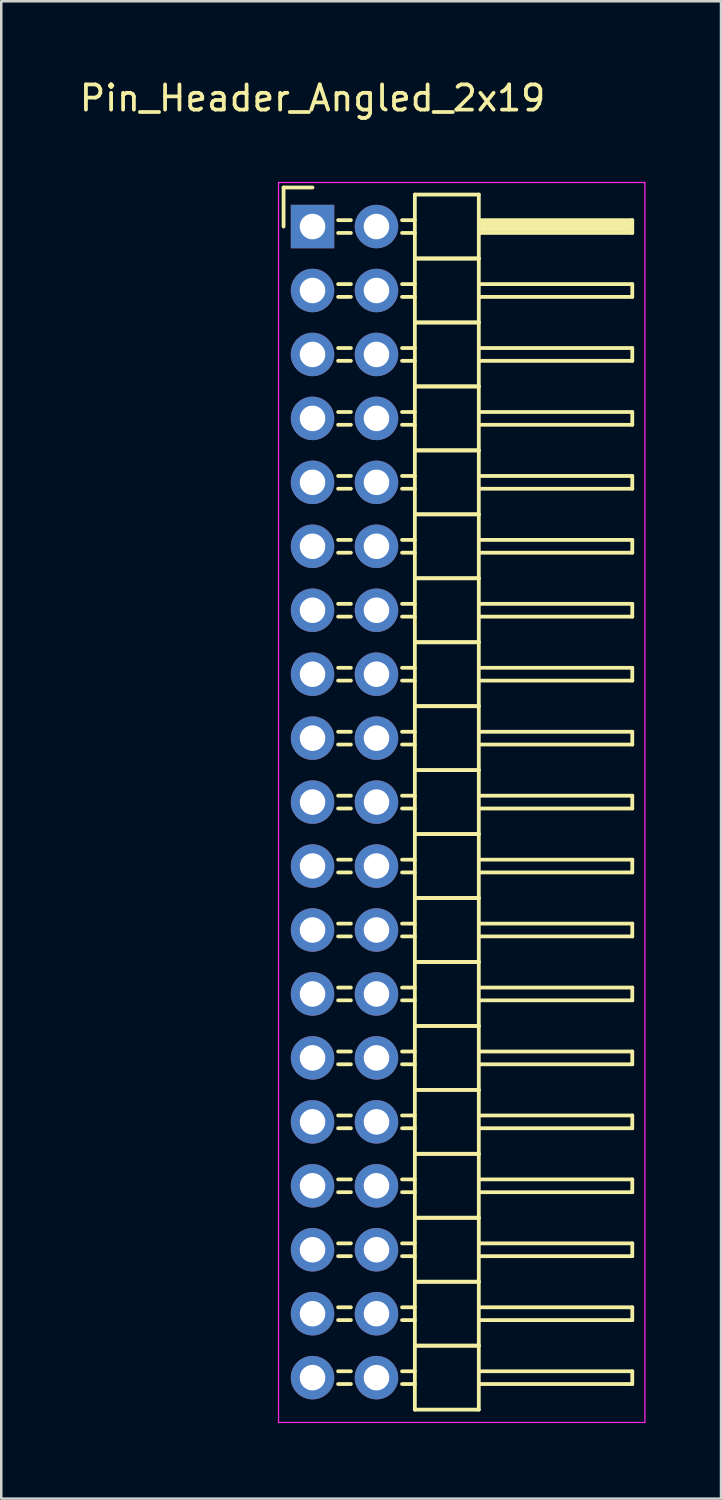
<source format=kicad_pcb>
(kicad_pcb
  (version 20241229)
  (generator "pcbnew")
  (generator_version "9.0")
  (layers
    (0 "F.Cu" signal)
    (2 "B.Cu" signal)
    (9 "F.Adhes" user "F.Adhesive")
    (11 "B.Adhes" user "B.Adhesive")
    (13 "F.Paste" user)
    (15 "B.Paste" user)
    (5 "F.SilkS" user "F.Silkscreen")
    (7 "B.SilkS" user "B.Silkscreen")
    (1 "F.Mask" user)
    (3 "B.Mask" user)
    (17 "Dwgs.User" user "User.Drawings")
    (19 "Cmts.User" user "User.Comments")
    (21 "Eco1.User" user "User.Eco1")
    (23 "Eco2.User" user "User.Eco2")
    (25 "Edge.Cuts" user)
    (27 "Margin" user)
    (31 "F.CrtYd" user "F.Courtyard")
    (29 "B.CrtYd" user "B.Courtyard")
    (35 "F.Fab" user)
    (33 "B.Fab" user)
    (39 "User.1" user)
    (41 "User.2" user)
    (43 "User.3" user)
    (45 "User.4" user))
  (footprint "Pin_Header_Angled_2x19"
    (layer "F.Cu")
    (at 9.363 5.948)
    (property "Reference" "Pin_Header_Angled_2x19" (at 0 -5.1 0) (layer "F.SilkS") (effects (font (size 1 1) (thickness 0.15))))
    (attr through_hole)
    (fp_line (start -1.15 -1.55) (end -1.15 0) (stroke (width 0.15) (type solid)) (layer "F.SilkS"))
    (fp_line (start 0 -1.55) (end -1.15 -1.55) (stroke (width 0.15) (type solid)) (layer "F.SilkS"))
    (fp_line (start 1.524 -0.254) (end 1.016 -0.254) (stroke (width 0.15) (type solid)) (layer "F.SilkS"))
    (fp_line (start 1.524 0.254) (end 1.016 0.254) (stroke (width 0.15) (type solid)) (layer "F.SilkS"))
    (fp_line (start 1.524 2.286) (end 1.016 2.286) (stroke (width 0.15) (type solid)) (layer "F.SilkS"))
    (fp_line (start 1.524 2.794) (end 1.016 2.794) (stroke (width 0.15) (type solid)) (layer "F.SilkS"))
    (fp_line (start 1.524 4.826) (end 1.016 4.826) (stroke (width 0.15) (type solid)) (layer "F.SilkS"))
    (fp_line (start 1.524 5.334) (end 1.016 5.334) (stroke (width 0.15) (type solid)) (layer "F.SilkS"))
    (fp_line (start 1.524 7.366) (end 1.016 7.366) (stroke (width 0.15) (type solid)) (layer "F.SilkS"))
    (fp_line (start 1.524 7.874) (end 1.016 7.874) (stroke (width 0.15) (type solid)) (layer "F.SilkS"))
    (fp_line (start 1.524 9.906) (end 1.016 9.906) (stroke (width 0.15) (type solid)) (layer "F.SilkS"))
    (fp_line (start 1.524 10.414) (end 1.016 10.414) (stroke (width 0.15) (type solid)) (layer "F.SilkS"))
    (fp_line (start 1.524 12.446) (end 1.016 12.446) (stroke (width 0.15) (type solid)) (layer "F.SilkS"))
    (fp_line (start 1.524 12.954) (end 1.016 12.954) (stroke (width 0.15) (type solid)) (layer "F.SilkS"))
    (fp_line (start 1.524 14.986) (end 1.016 14.986) (stroke (width 0.15) (type solid)) (layer "F.SilkS"))
    (fp_line (start 1.524 15.494) (end 1.016 15.494) (stroke (width 0.15) (type solid)) (layer "F.SilkS"))
    (fp_line (start 1.524 17.526) (end 1.016 17.526) (stroke (width 0.15) (type solid)) (layer "F.SilkS"))
    (fp_line (start 1.524 18.034) (end 1.016 18.034) (stroke (width 0.15) (type solid)) (layer "F.SilkS"))
    (fp_line (start 1.524 20.066) (end 1.016 20.066) (stroke (width 0.15) (type solid)) (layer "F.SilkS"))
    (fp_line (start 1.524 20.574) (end 1.016 20.574) (stroke (width 0.15) (type solid)) (layer "F.SilkS"))
    (fp_line (start 1.524 22.606) (end 1.016 22.606) (stroke (width 0.15) (type solid)) (layer "F.SilkS"))
    (fp_line (start 1.524 23.114) (end 1.016 23.114) (stroke (width 0.15) (type solid)) (layer "F.SilkS"))
    (fp_line (start 1.524 25.146) (end 1.016 25.146) (stroke (width 0.15) (type solid)) (layer "F.SilkS"))
    (fp_line (start 1.524 25.654) (end 1.016 25.654) (stroke (width 0.15) (type solid)) (layer "F.SilkS"))
    (fp_line (start 1.524 27.686) (end 1.016 27.686) (stroke (width 0.15) (type solid)) (layer "F.SilkS"))
    (fp_line (start 1.524 28.194) (end 1.016 28.194) (stroke (width 0.15) (type solid)) (layer "F.SilkS"))
    (fp_line (start 1.524 30.226) (end 1.016 30.226) (stroke (width 0.15) (type solid)) (layer "F.SilkS"))
    (fp_line (start 1.524 30.734) (end 1.016 30.734) (stroke (width 0.15) (type solid)) (layer "F.SilkS"))
    (fp_line (start 1.524 32.766) (end 1.016 32.766) (stroke (width 0.15) (type solid)) (layer "F.SilkS"))
    (fp_line (start 1.524 33.274) (end 1.016 33.274) (stroke (width 0.15) (type solid)) (layer "F.SilkS"))
    (fp_line (start 1.524 35.306) (end 1.016 35.306) (stroke (width 0.15) (type solid)) (layer "F.SilkS"))
    (fp_line (start 1.524 35.814) (end 1.016 35.814) (stroke (width 0.15) (type solid)) (layer "F.SilkS"))
    (fp_line (start 1.524 37.846) (end 1.016 37.846) (stroke (width 0.15) (type solid)) (layer "F.SilkS"))
    (fp_line (start 1.524 38.354) (end 1.016 38.354) (stroke (width 0.15) (type solid)) (layer "F.SilkS"))
    (fp_line (start 1.524 40.386) (end 1.016 40.386) (stroke (width 0.15) (type solid)) (layer "F.SilkS"))
    (fp_line (start 1.524 40.894) (end 1.016 40.894) (stroke (width 0.15) (type solid)) (layer "F.SilkS"))
    (fp_line (start 1.524 42.926) (end 1.016 42.926) (stroke (width 0.15) (type solid)) (layer "F.SilkS"))
    (fp_line (start 1.524 43.434) (end 1.016 43.434) (stroke (width 0.15) (type solid)) (layer "F.SilkS"))
    (fp_line (start 1.524 45.466) (end 1.016 45.466) (stroke (width 0.15) (type solid)) (layer "F.SilkS"))
    (fp_line (start 1.524 45.974) (end 1.016 45.974) (stroke (width 0.15) (type solid)) (layer "F.SilkS"))
    (fp_line (start 4.064 -1.27) (end 4.064 1.27) (stroke (width 0.15) (type solid)) (layer "F.SilkS"))
    (fp_line (start 4.064 -1.27) (end 6.604 -1.27) (stroke (width 0.15) (type solid)) (layer "F.SilkS"))
    (fp_line (start 4.064 -0.254) (end 3.556 -0.254) (stroke (width 0.15) (type solid)) (layer "F.SilkS"))
    (fp_line (start 4.064 0.254) (end 3.556 0.254) (stroke (width 0.15) (type solid)) (layer "F.SilkS"))
    (fp_line (start 4.064 1.27) (end 4.064 3.81) (stroke (width 0.15) (type solid)) (layer "F.SilkS"))
    (fp_line (start 4.064 1.27) (end 6.604 1.27) (stroke (width 0.15) (type solid)) (layer "F.SilkS"))
    (fp_line (start 4.064 1.27) (end 6.604 1.27) (stroke (width 0.15) (type solid)) (layer "F.SilkS"))
    (fp_line (start 4.064 2.286) (end 3.556 2.286) (stroke (width 0.15) (type solid)) (layer "F.SilkS"))
    (fp_line (start 4.064 2.794) (end 3.556 2.794) (stroke (width 0.15) (type solid)) (layer "F.SilkS"))
    (fp_line (start 4.064 3.81) (end 4.064 6.35) (stroke (width 0.15) (type solid)) (layer "F.SilkS"))
    (fp_line (start 4.064 3.81) (end 6.604 3.81) (stroke (width 0.15) (type solid)) (layer "F.SilkS"))
    (fp_line (start 4.064 3.81) (end 6.604 3.81) (stroke (width 0.15) (type solid)) (layer "F.SilkS"))
    (fp_line (start 4.064 4.826) (end 3.556 4.826) (stroke (width 0.15) (type solid)) (layer "F.SilkS"))
    (fp_line (start 4.064 5.334) (end 3.556 5.334) (stroke (width 0.15) (type solid)) (layer "F.SilkS"))
    (fp_line (start 4.064 6.35) (end 4.064 8.89) (stroke (width 0.15) (type solid)) (layer "F.SilkS"))
    (fp_line (start 4.064 6.35) (end 6.604 6.35) (stroke (width 0.15) (type solid)) (layer "F.SilkS"))
    (fp_line (start 4.064 6.35) (end 6.604 6.35) (stroke (width 0.15) (type solid)) (layer "F.SilkS"))
    (fp_line (start 4.064 7.366) (end 3.556 7.366) (stroke (width 0.15) (type solid)) (layer "F.SilkS"))
    (fp_line (start 4.064 7.874) (end 3.556 7.874) (stroke (width 0.15) (type solid)) (layer "F.SilkS"))
    (fp_line (start 4.064 8.89) (end 4.064 11.43) (stroke (width 0.15) (type solid)) (layer "F.SilkS"))
    (fp_line (start 4.064 8.89) (end 6.604 8.89) (stroke (width 0.15) (type solid)) (layer "F.SilkS"))
    (fp_line (start 4.064 8.89) (end 6.604 8.89) (stroke (width 0.15) (type solid)) (layer "F.SilkS"))
    (fp_line (start 4.064 9.906) (end 3.556 9.906) (stroke (width 0.15) (type solid)) (layer "F.SilkS"))
    (fp_line (start 4.064 10.414) (end 3.556 10.414) (stroke (width 0.15) (type solid)) (layer "F.SilkS"))
    (fp_line (start 4.064 11.43) (end 4.064 13.97) (stroke (width 0.15) (type solid)) (layer "F.SilkS"))
    (fp_line (start 4.064 11.43) (end 6.604 11.43) (stroke (width 0.15) (type solid)) (layer "F.SilkS"))
    (fp_line (start 4.064 11.43) (end 6.604 11.43) (stroke (width 0.15) (type solid)) (layer "F.SilkS"))
    (fp_line (start 4.064 12.446) (end 3.556 12.446) (stroke (width 0.15) (type solid)) (layer "F.SilkS"))
    (fp_line (start 4.064 12.954) (end 3.556 12.954) (stroke (width 0.15) (type solid)) (layer "F.SilkS"))
    (fp_line (start 4.064 13.97) (end 4.064 16.51) (stroke (width 0.15) (type solid)) (layer "F.SilkS"))
    (fp_line (start 4.064 13.97) (end 6.604 13.97) (stroke (width 0.15) (type solid)) (layer "F.SilkS"))
    (fp_line (start 4.064 13.97) (end 6.604 13.97) (stroke (width 0.15) (type solid)) (layer "F.SilkS"))
    (fp_line (start 4.064 14.986) (end 3.556 14.986) (stroke (width 0.15) (type solid)) (layer "F.SilkS"))
    (fp_line (start 4.064 15.494) (end 3.556 15.494) (stroke (width 0.15) (type solid)) (layer "F.SilkS"))
    (fp_line (start 4.064 16.51) (end 4.064 19.05) (stroke (width 0.15) (type solid)) (layer "F.SilkS"))
    (fp_line (start 4.064 16.51) (end 6.604 16.51) (stroke (width 0.15) (type solid)) (layer "F.SilkS"))
    (fp_line (start 4.064 16.51) (end 6.604 16.51) (stroke (width 0.15) (type solid)) (layer "F.SilkS"))
    (fp_line (start 4.064 17.526) (end 3.556 17.526) (stroke (width 0.15) (type solid)) (layer "F.SilkS"))
    (fp_line (start 4.064 18.034) (end 3.556 18.034) (stroke (width 0.15) (type solid)) (layer "F.SilkS"))
    (fp_line (start 4.064 19.05) (end 4.064 21.59) (stroke (width 0.15) (type solid)) (layer "F.SilkS"))
    (fp_line (start 4.064 19.05) (end 6.604 19.05) (stroke (width 0.15) (type solid)) (layer "F.SilkS"))
    (fp_line (start 4.064 19.05) (end 6.604 19.05) (stroke (width 0.15) (type solid)) (layer "F.SilkS"))
    (fp_line (start 4.064 20.066) (end 3.556 20.066) (stroke (width 0.15) (type solid)) (layer "F.SilkS"))
    (fp_line (start 4.064 20.574) (end 3.556 20.574) (stroke (width 0.15) (type solid)) (layer "F.SilkS"))
    (fp_line (start 4.064 21.59) (end 4.064 24.13) (stroke (width 0.15) (type solid)) (layer "F.SilkS"))
    (fp_line (start 4.064 21.59) (end 6.604 21.59) (stroke (width 0.15) (type solid)) (layer "F.SilkS"))
    (fp_line (start 4.064 21.59) (end 6.604 21.59) (stroke (width 0.15) (type solid)) (layer "F.SilkS"))
    (fp_line (start 4.064 22.606) (end 3.556 22.606) (stroke (width 0.15) (type solid)) (layer "F.SilkS"))
    (fp_line (start 4.064 23.114) (end 3.556 23.114) (stroke (width 0.15) (type solid)) (layer "F.SilkS"))
    (fp_line (start 4.064 24.13) (end 4.064 26.67) (stroke (width 0.15) (type solid)) (layer "F.SilkS"))
    (fp_line (start 4.064 24.13) (end 6.604 24.13) (stroke (width 0.15) (type solid)) (layer "F.SilkS"))
    (fp_line (start 4.064 24.13) (end 6.604 24.13) (stroke (width 0.15) (type solid)) (layer "F.SilkS"))
    (fp_line (start 4.064 25.146) (end 3.556 25.146) (stroke (width 0.15) (type solid)) (layer "F.SilkS"))
    (fp_line (start 4.064 25.654) (end 3.556 25.654) (stroke (width 0.15) (type solid)) (layer "F.SilkS"))
    (fp_line (start 4.064 26.67) (end 4.064 29.21) (stroke (width 0.15) (type solid)) (layer "F.SilkS"))
    (fp_line (start 4.064 26.67) (end 6.604 26.67) (stroke (width 0.15) (type solid)) (layer "F.SilkS"))
    (fp_line (start 4.064 26.67) (end 6.604 26.67) (stroke (width 0.15) (type solid)) (layer "F.SilkS"))
    (fp_line (start 4.064 27.686) (end 3.556 27.686) (stroke (width 0.15) (type solid)) (layer "F.SilkS"))
    (fp_line (start 4.064 28.194) (end 3.556 28.194) (stroke (width 0.15) (type solid)) (layer "F.SilkS"))
    (fp_line (start 4.064 29.21) (end 4.064 31.75) (stroke (width 0.15) (type solid)) (layer "F.SilkS"))
    (fp_line (start 4.064 29.21) (end 6.604 29.21) (stroke (width 0.15) (type solid)) (layer "F.SilkS"))
    (fp_line (start 4.064 29.21) (end 6.604 29.21) (stroke (width 0.15) (type solid)) (layer "F.SilkS"))
    (fp_line (start 4.064 30.226) (end 3.556 30.226) (stroke (width 0.15) (type solid)) (layer "F.SilkS"))
    (fp_line (start 4.064 30.734) (end 3.556 30.734) (stroke (width 0.15) (type solid)) (layer "F.SilkS"))
    (fp_line (start 4.064 31.75) (end 4.064 34.29) (stroke (width 0.15) (type solid)) (layer "F.SilkS"))
    (fp_line (start 4.064 31.75) (end 6.604 31.75) (stroke (width 0.15) (type solid)) (layer "F.SilkS"))
    (fp_line (start 4.064 31.75) (end 6.604 31.75) (stroke (width 0.15) (type solid)) (layer "F.SilkS"))
    (fp_line (start 4.064 32.766) (end 3.556 32.766) (stroke (width 0.15) (type solid)) (layer "F.SilkS"))
    (fp_line (start 4.064 33.274) (end 3.556 33.274) (stroke (width 0.15) (type solid)) (layer "F.SilkS"))
    (fp_line (start 4.064 34.29) (end 4.064 36.83) (stroke (width 0.15) (type solid)) (layer "F.SilkS"))
    (fp_line (start 4.064 34.29) (end 6.604 34.29) (stroke (width 0.15) (type solid)) (layer "F.SilkS"))
    (fp_line (start 4.064 34.29) (end 6.604 34.29) (stroke (width 0.15) (type solid)) (layer "F.SilkS"))
    (fp_line (start 4.064 35.306) (end 3.556 35.306) (stroke (width 0.15) (type solid)) (layer "F.SilkS"))
    (fp_line (start 4.064 35.814) (end 3.556 35.814) (stroke (width 0.15) (type solid)) (layer "F.SilkS"))
    (fp_line (start 4.064 36.83) (end 4.064 39.37) (stroke (width 0.15) (type solid)) (layer "F.SilkS"))
    (fp_line (start 4.064 36.83) (end 6.604 36.83) (stroke (width 0.15) (type solid)) (layer "F.SilkS"))
    (fp_line (start 4.064 36.83) (end 6.604 36.83) (stroke (width 0.15) (type solid)) (layer "F.SilkS"))
    (fp_line (start 4.064 37.846) (end 3.556 37.846) (stroke (width 0.15) (type solid)) (layer "F.SilkS"))
    (fp_line (start 4.064 38.354) (end 3.556 38.354) (stroke (width 0.15) (type solid)) (layer "F.SilkS"))
    (fp_line (start 4.064 39.37) (end 4.064 41.91) (stroke (width 0.15) (type solid)) (layer "F.SilkS"))
    (fp_line (start 4.064 39.37) (end 6.604 39.37) (stroke (width 0.15) (type solid)) (layer "F.SilkS"))
    (fp_line (start 4.064 39.37) (end 6.604 39.37) (stroke (width 0.15) (type solid)) (layer "F.SilkS"))
    (fp_line (start 4.064 40.386) (end 3.556 40.386) (stroke (width 0.15) (type solid)) (layer "F.SilkS"))
    (fp_line (start 4.064 40.894) (end 3.556 40.894) (stroke (width 0.15) (type solid)) (layer "F.SilkS"))
    (fp_line (start 4.064 41.91) (end 4.064 44.45) (stroke (width 0.15) (type solid)) (layer "F.SilkS"))
    (fp_line (start 4.064 41.91) (end 6.604 41.91) (stroke (width 0.15) (type solid)) (layer "F.SilkS"))
    (fp_line (start 4.064 41.91) (end 6.604 41.91) (stroke (width 0.15) (type solid)) (layer "F.SilkS"))
    (fp_line (start 4.064 42.926) (end 3.556 42.926) (stroke (width 0.15) (type solid)) (layer "F.SilkS"))
    (fp_line (start 4.064 43.434) (end 3.556 43.434) (stroke (width 0.15) (type solid)) (layer "F.SilkS"))
    (fp_line (start 4.064 44.45) (end 4.064 46.99) (stroke (width 0.15) (type solid)) (layer "F.SilkS"))
    (fp_line (start 4.064 44.45) (end 6.604 44.45) (stroke (width 0.15) (type solid)) (layer "F.SilkS"))
    (fp_line (start 4.064 44.45) (end 6.604 44.45) (stroke (width 0.15) (type solid)) (layer "F.SilkS"))
    (fp_line (start 4.064 45.466) (end 3.556 45.466) (stroke (width 0.15) (type solid)) (layer "F.SilkS"))
    (fp_line (start 4.064 45.974) (end 3.556 45.974) (stroke (width 0.15) (type solid)) (layer "F.SilkS"))
    (fp_line (start 4.064 46.99) (end 6.604 46.99) (stroke (width 0.15) (type solid)) (layer "F.SilkS"))
    (fp_line (start 6.604 -0.254) (end 12.7 -0.254) (stroke (width 0.15) (type solid)) (layer "F.SilkS"))
    (fp_line (start 6.604 -0.127) (end 12.573 -0.127) (stroke (width 0.15) (type solid)) (layer "F.SilkS"))
    (fp_line (start 6.604 1.27) (end 6.604 -1.27) (stroke (width 0.15) (type solid)) (layer "F.SilkS"))
    (fp_line (start 6.604 2.286) (end 12.7 2.286) (stroke (width 0.15) (type solid)) (layer "F.SilkS"))
    (fp_line (start 6.604 3.81) (end 6.604 1.27) (stroke (width 0.15) (type solid)) (layer "F.SilkS"))
    (fp_line (start 6.604 4.826) (end 12.7 4.826) (stroke (width 0.15) (type solid)) (layer "F.SilkS"))
    (fp_line (start 6.604 6.35) (end 6.604 3.81) (stroke (width 0.15) (type solid)) (layer "F.SilkS"))
    (fp_line (start 6.604 7.366) (end 12.7 7.366) (stroke (width 0.15) (type solid)) (layer "F.SilkS"))
    (fp_line (start 6.604 8.89) (end 6.604 6.35) (stroke (width 0.15) (type solid)) (layer "F.SilkS"))
    (fp_line (start 6.604 9.906) (end 12.7 9.906) (stroke (width 0.15) (type solid)) (layer "F.SilkS"))
    (fp_line (start 6.604 11.43) (end 6.604 8.89) (stroke (width 0.15) (type solid)) (layer "F.SilkS"))
    (fp_line (start 6.604 12.446) (end 12.7 12.446) (stroke (width 0.15) (type solid)) (layer "F.SilkS"))
    (fp_line (start 6.604 13.97) (end 6.604 11.43) (stroke (width 0.15) (type solid)) (layer "F.SilkS"))
    (fp_line (start 6.604 14.986) (end 12.7 14.986) (stroke (width 0.15) (type solid)) (layer "F.SilkS"))
    (fp_line (start 6.604 16.51) (end 6.604 13.97) (stroke (width 0.15) (type solid)) (layer "F.SilkS"))
    (fp_line (start 6.604 17.526) (end 12.7 17.526) (stroke (width 0.15) (type solid)) (layer "F.SilkS"))
    (fp_line (start 6.604 19.05) (end 6.604 16.51) (stroke (width 0.15) (type solid)) (layer "F.SilkS"))
    (fp_line (start 6.604 20.066) (end 12.7 20.066) (stroke (width 0.15) (type solid)) (layer "F.SilkS"))
    (fp_line (start 6.604 21.59) (end 6.604 19.05) (stroke (width 0.15) (type solid)) (layer "F.SilkS"))
    (fp_line (start 6.604 22.606) (end 12.7 22.606) (stroke (width 0.15) (type solid)) (layer "F.SilkS"))
    (fp_line (start 6.604 24.13) (end 6.604 21.59) (stroke (width 0.15) (type solid)) (layer "F.SilkS"))
    (fp_line (start 6.604 25.146) (end 12.7 25.146) (stroke (width 0.15) (type solid)) (layer "F.SilkS"))
    (fp_line (start 6.604 26.67) (end 6.604 24.13) (stroke (width 0.15) (type solid)) (layer "F.SilkS"))
    (fp_line (start 6.604 27.686) (end 12.7 27.686) (stroke (width 0.15) (type solid)) (layer "F.SilkS"))
    (fp_line (start 6.604 29.21) (end 6.604 26.67) (stroke (width 0.15) (type solid)) (layer "F.SilkS"))
    (fp_line (start 6.604 30.226) (end 12.7 30.226) (stroke (width 0.15) (type solid)) (layer "F.SilkS"))
    (fp_line (start 6.604 31.75) (end 6.604 29.21) (stroke (width 0.15) (type solid)) (layer "F.SilkS"))
    (fp_line (start 6.604 32.766) (end 12.7 32.766) (stroke (width 0.15) (type solid)) (layer "F.SilkS"))
    (fp_line (start 6.604 34.29) (end 6.604 31.75) (stroke (width 0.15) (type solid)) (layer "F.SilkS"))
    (fp_line (start 6.604 35.306) (end 12.7 35.306) (stroke (width 0.15) (type solid)) (layer "F.SilkS"))
    (fp_line (start 6.604 36.83) (end 6.604 34.29) (stroke (width 0.15) (type solid)) (layer "F.SilkS"))
    (fp_line (start 6.604 37.846) (end 12.7 37.846) (stroke (width 0.15) (type solid)) (layer "F.SilkS"))
    (fp_line (start 6.604 39.37) (end 6.604 36.83) (stroke (width 0.15) (type solid)) (layer "F.SilkS"))
    (fp_line (start 6.604 40.386) (end 12.7 40.386) (stroke (width 0.15) (type solid)) (layer "F.SilkS"))
    (fp_line (start 6.604 41.91) (end 6.604 39.37) (stroke (width 0.15) (type solid)) (layer "F.SilkS"))
    (fp_line (start 6.604 42.926) (end 12.7 42.926) (stroke (width 0.15) (type solid)) (layer "F.SilkS"))
    (fp_line (start 6.604 44.45) (end 6.604 41.91) (stroke (width 0.15) (type solid)) (layer "F.SilkS"))
    (fp_line (start 6.604 45.466) (end 12.7 45.466) (stroke (width 0.15) (type solid)) (layer "F.SilkS"))
    (fp_line (start 6.604 46.99) (end 6.604 44.45) (stroke (width 0.15) (type solid)) (layer "F.SilkS"))
    (fp_line (start 6.731 0) (end 12.573 0) (stroke (width 0.15) (type solid)) (layer "F.SilkS"))
    (fp_line (start 6.731 0.127) (end 6.731 0) (stroke (width 0.15) (type solid)) (layer "F.SilkS"))
    (fp_line (start 12.573 -0.127) (end 12.573 0.127) (stroke (width 0.15) (type solid)) (layer "F.SilkS"))
    (fp_line (start 12.573 0.127) (end 6.731 0.127) (stroke (width 0.15) (type solid)) (layer "F.SilkS"))
    (fp_line (start 12.7 -0.254) (end 12.7 0.254) (stroke (width 0.15) (type solid)) (layer "F.SilkS"))
    (fp_line (start 12.7 0.254) (end 6.604 0.254) (stroke (width 0.15) (type solid)) (layer "F.SilkS"))
    (fp_line (start 12.7 2.286) (end 12.7 2.794) (stroke (width 0.15) (type solid)) (layer "F.SilkS"))
    (fp_line (start 12.7 2.794) (end 6.604 2.794) (stroke (width 0.15) (type solid)) (layer "F.SilkS"))
    (fp_line (start 12.7 4.826) (end 12.7 5.334) (stroke (width 0.15) (type solid)) (layer "F.SilkS"))
    (fp_line (start 12.7 5.334) (end 6.604 5.334) (stroke (width 0.15) (type solid)) (layer "F.SilkS"))
    (fp_line (start 12.7 7.366) (end 12.7 7.874) (stroke (width 0.15) (type solid)) (layer "F.SilkS"))
    (fp_line (start 12.7 7.874) (end 6.604 7.874) (stroke (width 0.15) (type solid)) (layer "F.SilkS"))
    (fp_line (start 12.7 9.906) (end 12.7 10.414) (stroke (width 0.15) (type solid)) (layer "F.SilkS"))
    (fp_line (start 12.7 10.414) (end 6.604 10.414) (stroke (width 0.15) (type solid)) (layer "F.SilkS"))
    (fp_line (start 12.7 12.446) (end 12.7 12.954) (stroke (width 0.15) (type solid)) (layer "F.SilkS"))
    (fp_line (start 12.7 12.954) (end 6.604 12.954) (stroke (width 0.15) (type solid)) (layer "F.SilkS"))
    (fp_line (start 12.7 14.986) (end 12.7 15.494) (stroke (width 0.15) (type solid)) (layer "F.SilkS"))
    (fp_line (start 12.7 15.494) (end 6.604 15.494) (stroke (width 0.15) (type solid)) (layer "F.SilkS"))
    (fp_line (start 12.7 17.526) (end 12.7 18.034) (stroke (width 0.15) (type solid)) (layer "F.SilkS"))
    (fp_line (start 12.7 18.034) (end 6.604 18.034) (stroke (width 0.15) (type solid)) (layer "F.SilkS"))
    (fp_line (start 12.7 20.066) (end 12.7 20.574) (stroke (width 0.15) (type solid)) (layer "F.SilkS"))
    (fp_line (start 12.7 20.574) (end 6.604 20.574) (stroke (width 0.15) (type solid)) (layer "F.SilkS"))
    (fp_line (start 12.7 22.606) (end 12.7 23.114) (stroke (width 0.15) (type solid)) (layer "F.SilkS"))
    (fp_line (start 12.7 23.114) (end 6.604 23.114) (stroke (width 0.15) (type solid)) (layer "F.SilkS"))
    (fp_line (start 12.7 25.146) (end 12.7 25.654) (stroke (width 0.15) (type solid)) (layer "F.SilkS"))
    (fp_line (start 12.7 25.654) (end 6.604 25.654) (stroke (width 0.15) (type solid)) (layer "F.SilkS"))
    (fp_line (start 12.7 27.686) (end 12.7 28.194) (stroke (width 0.15) (type solid)) (layer "F.SilkS"))
    (fp_line (start 12.7 28.194) (end 6.604 28.194) (stroke (width 0.15) (type solid)) (layer "F.SilkS"))
    (fp_line (start 12.7 30.226) (end 12.7 30.734) (stroke (width 0.15) (type solid)) (layer "F.SilkS"))
    (fp_line (start 12.7 30.734) (end 6.604 30.734) (stroke (width 0.15) (type solid)) (layer "F.SilkS"))
    (fp_line (start 12.7 32.766) (end 12.7 33.274) (stroke (width 0.15) (type solid)) (layer "F.SilkS"))
    (fp_line (start 12.7 33.274) (end 6.604 33.274) (stroke (width 0.15) (type solid)) (layer "F.SilkS"))
    (fp_line (start 12.7 35.306) (end 12.7 35.814) (stroke (width 0.15) (type solid)) (layer "F.SilkS"))
    (fp_line (start 12.7 35.814) (end 6.604 35.814) (stroke (width 0.15) (type solid)) (layer "F.SilkS"))
    (fp_line (start 12.7 37.846) (end 12.7 38.354) (stroke (width 0.15) (type solid)) (layer "F.SilkS"))
    (fp_line (start 12.7 38.354) (end 6.604 38.354) (stroke (width 0.15) (type solid)) (layer "F.SilkS"))
    (fp_line (start 12.7 40.386) (end 12.7 40.894) (stroke (width 0.15) (type solid)) (layer "F.SilkS"))
    (fp_line (start 12.7 40.894) (end 6.604 40.894) (stroke (width 0.15) (type solid)) (layer "F.SilkS"))
    (fp_line (start 12.7 42.926) (end 12.7 43.434) (stroke (width 0.15) (type solid)) (layer "F.SilkS"))
    (fp_line (start 12.7 43.434) (end 6.604 43.434) (stroke (width 0.15) (type solid)) (layer "F.SilkS"))
    (fp_line (start 12.7 45.466) (end 12.7 45.974) (stroke (width 0.15) (type solid)) (layer "F.SilkS"))
    (fp_line (start 12.7 45.974) (end 6.604 45.974) (stroke (width 0.15) (type solid)) (layer "F.SilkS"))
    (fp_line (start -1.35 -1.75) (end -1.35 47.5) (stroke (width 0.05) (type solid)) (layer "F.CrtYd"))
    (fp_line (start -1.35 -1.75) (end 13.2 -1.75) (stroke (width 0.05) (type solid)) (layer "F.CrtYd"))
    (fp_line (start -1.35 47.5) (end 13.2 47.5) (stroke (width 0.05) (type solid)) (layer "F.CrtYd"))
    (fp_line (start 13.2 -1.75) (end 13.2 47.5) (stroke (width 0.05) (type solid)) (layer "F.CrtYd"))
    (pad "1" thru_hole rect (at 0 0) (size 1.727 1.727) (drill 1.016) (layers "*.Cu" "*.Mask"))
    (pad "2" thru_hole oval (at 2.54 0) (size 1.727 1.727) (drill 1.016) (layers "*.Cu" "*.Mask"))
    (pad "3" thru_hole oval (at 0 2.54) (size 1.727 1.727) (drill 1.016) (layers "*.Cu" "*.Mask"))
    (pad "4" thru_hole oval (at 2.54 2.54) (size 1.727 1.727) (drill 1.016) (layers "*.Cu" "*.Mask"))
    (pad "5" thru_hole oval (at 0 5.08) (size 1.727 1.727) (drill 1.016) (layers "*.Cu" "*.Mask"))
    (pad "6" thru_hole oval (at 2.54 5.08) (size 1.727 1.727) (drill 1.016) (layers "*.Cu" "*.Mask"))
    (pad "7" thru_hole oval (at 0 7.62) (size 1.727 1.727) (drill 1.016) (layers "*.Cu" "*.Mask"))
    (pad "8" thru_hole oval (at 2.54 7.62) (size 1.727 1.727) (drill 1.016) (layers "*.Cu" "*.Mask"))
    (pad "9" thru_hole oval (at 0 10.16) (size 1.727 1.727) (drill 1.016) (layers "*.Cu" "*.Mask"))
    (pad "10" thru_hole oval (at 2.54 10.16) (size 1.727 1.727) (drill 1.016) (layers "*.Cu" "*.Mask"))
    (pad "11" thru_hole oval (at 0 12.7) (size 1.727 1.727) (drill 1.016) (layers "*.Cu" "*.Mask"))
    (pad "12" thru_hole oval (at 2.54 12.7) (size 1.727 1.727) (drill 1.016) (layers "*.Cu" "*.Mask"))
    (pad "13" thru_hole oval (at 0 15.24) (size 1.727 1.727) (drill 1.016) (layers "*.Cu" "*.Mask"))
    (pad "14" thru_hole oval (at 2.54 15.24) (size 1.727 1.727) (drill 1.016) (layers "*.Cu" "*.Mask"))
    (pad "15" thru_hole oval (at 0 17.78) (size 1.727 1.727) (drill 1.016) (layers "*.Cu" "*.Mask"))
    (pad "16" thru_hole oval (at 2.54 17.78) (size 1.727 1.727) (drill 1.016) (layers "*.Cu" "*.Mask"))
    (pad "17" thru_hole oval (at 0 20.32) (size 1.727 1.727) (drill 1.016) (layers "*.Cu" "*.Mask"))
    (pad "18" thru_hole oval (at 2.54 20.32) (size 1.727 1.727) (drill 1.016) (layers "*.Cu" "*.Mask"))
    (pad "19" thru_hole oval (at 0 22.86) (size 1.727 1.727) (drill 1.016) (layers "*.Cu" "*.Mask"))
    (pad "20" thru_hole oval (at 2.54 22.86) (size 1.727 1.727) (drill 1.016) (layers "*.Cu" "*.Mask"))
    (pad "21" thru_hole oval (at 0 25.4) (size 1.727 1.727) (drill 1.016) (layers "*.Cu" "*.Mask"))
    (pad "22" thru_hole oval (at 2.54 25.4) (size 1.727 1.727) (drill 1.016) (layers "*.Cu" "*.Mask"))
    (pad "23" thru_hole oval (at 0 27.94) (size 1.727 1.727) (drill 1.016) (layers "*.Cu" "*.Mask"))
    (pad "24" thru_hole oval (at 2.54 27.94) (size 1.727 1.727) (drill 1.016) (layers "*.Cu" "*.Mask"))
    (pad "25" thru_hole oval (at 0 30.48) (size 1.727 1.727) (drill 1.016) (layers "*.Cu" "*.Mask"))
    (pad "26" thru_hole oval (at 2.54 30.48) (size 1.727 1.727) (drill 1.016) (layers "*.Cu" "*.Mask"))
    (pad "27" thru_hole oval (at 0 33.02) (size 1.727 1.727) (drill 1.016) (layers "*.Cu" "*.Mask"))
    (pad "28" thru_hole oval (at 2.54 33.02) (size 1.727 1.727) (drill 1.016) (layers "*.Cu" "*.Mask"))
    (pad "29" thru_hole oval (at 0 35.56) (size 1.727 1.727) (drill 1.016) (layers "*.Cu" "*.Mask"))
    (pad "30" thru_hole oval (at 2.54 35.56) (size 1.727 1.727) (drill 1.016) (layers "*.Cu" "*.Mask"))
    (pad "31" thru_hole oval (at 0 38.1) (size 1.727 1.727) (drill 1.016) (layers "*.Cu" "*.Mask"))
    (pad "32" thru_hole oval (at 2.54 38.1) (size 1.727 1.727) (drill 1.016) (layers "*.Cu" "*.Mask"))
    (pad "33" thru_hole oval (at 0 40.64) (size 1.727 1.727) (drill 1.016) (layers "*.Cu" "*.Mask"))
    (pad "34" thru_hole oval (at 2.54 40.64) (size 1.727 1.727) (drill 1.016) (layers "*.Cu" "*.Mask"))
    (pad "35" thru_hole oval (at 0 43.18) (size 1.727 1.727) (drill 1.016) (layers "*.Cu" "*.Mask"))
    (pad "36" thru_hole oval (at 2.54 43.18) (size 1.727 1.727) (drill 1.016) (layers "*.Cu" "*.Mask"))
    (pad "37" thru_hole oval (at 0 45.72) (size 1.727 1.727) (drill 1.016) (layers "*.Cu" "*.Mask"))
    (pad "38" thru_hole oval (at 2.54 45.72) (size 1.727 1.727) (drill 1.016) (layers "*.Cu" "*.Mask")))
  (gr_rect
    (start -3 -3)
    (end 25.588 56.473)
    (stroke (width 0.1) (type default))
    (fill no)
    (layer "Edge.Cuts")))
</source>
